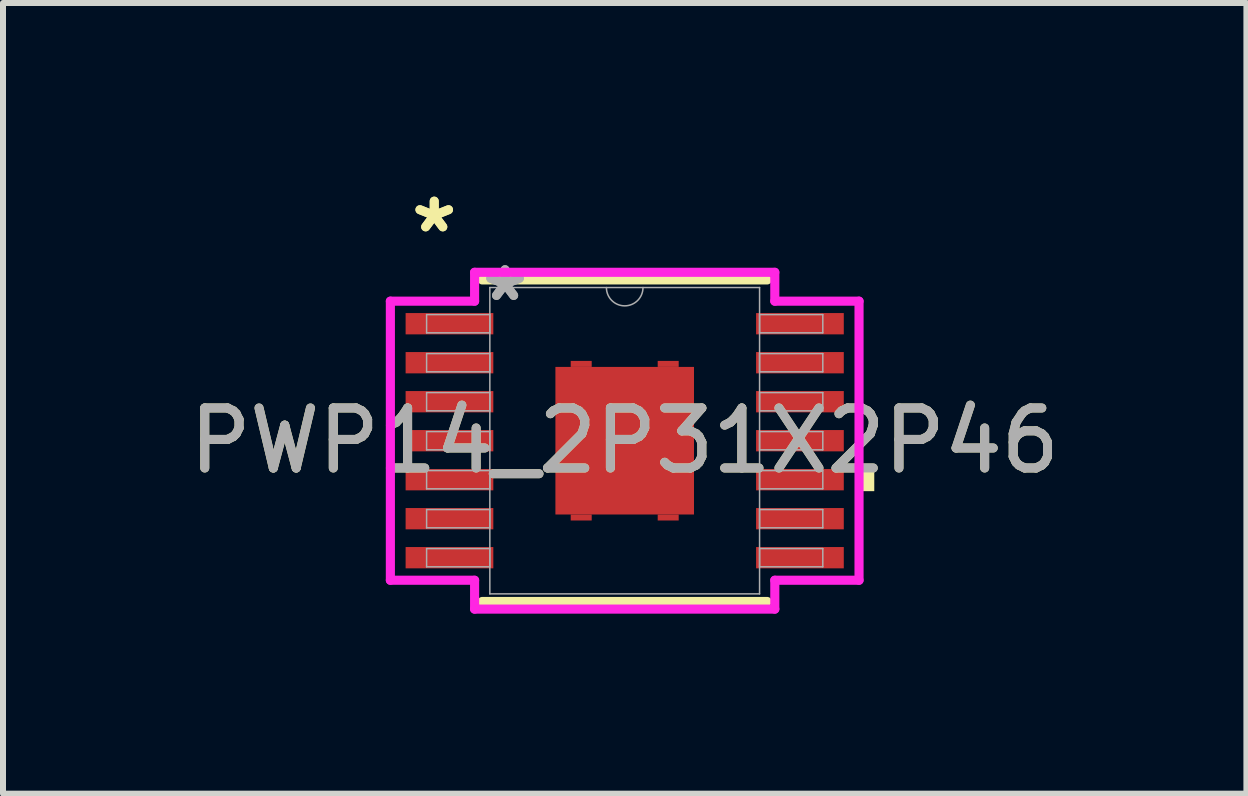
<source format=kicad_pcb>
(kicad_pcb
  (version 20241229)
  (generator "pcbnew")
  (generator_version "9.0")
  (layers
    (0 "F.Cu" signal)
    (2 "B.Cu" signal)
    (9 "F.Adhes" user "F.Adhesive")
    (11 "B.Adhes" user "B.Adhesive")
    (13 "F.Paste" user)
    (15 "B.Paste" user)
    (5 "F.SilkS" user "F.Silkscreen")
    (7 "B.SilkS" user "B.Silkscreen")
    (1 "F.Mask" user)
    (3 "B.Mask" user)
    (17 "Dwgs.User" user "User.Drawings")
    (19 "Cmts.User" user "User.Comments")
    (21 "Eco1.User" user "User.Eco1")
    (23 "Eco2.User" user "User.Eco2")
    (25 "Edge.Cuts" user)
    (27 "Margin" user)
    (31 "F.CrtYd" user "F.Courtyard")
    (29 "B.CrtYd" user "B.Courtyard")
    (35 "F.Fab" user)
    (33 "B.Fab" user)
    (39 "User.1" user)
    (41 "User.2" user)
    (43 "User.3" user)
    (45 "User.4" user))
  (footprint "PWP14_2P31X2P46"
    (layer "F.Cu")
    (at 7.363 4.296)
    (property "Reference" "PWP14_2P31X2P46" (at 0 0 0) (unlocked yes) (layer "F.SilkS") (effects (font (size 1 1) (thickness 0.15))))
    (attr smd)
    (fp_poly (pts (xy -0.55 -1.23) (xy -0.55 -1.33) (xy -0.9 -1.33) (xy -0.9 -1.23)) (stroke (width 0) (type solid)) (fill yes) (layer "F.Cu"))
    (fp_poly (pts (xy -0.55 1.23) (xy -0.55 1.33) (xy -0.9 1.33) (xy -0.9 1.23)) (stroke (width 0) (type solid)) (fill yes) (layer "F.Cu"))
    (fp_poly (pts (xy 0.55 -1.23) (xy 0.55 -1.33) (xy 0.9 -1.33) (xy 0.9 -1.23)) (stroke (width 0) (type solid)) (fill yes) (layer "F.Cu"))
    (fp_poly (pts (xy 0.55 1.23) (xy 0.55 1.33) (xy 0.9 1.33) (xy 0.9 1.23)) (stroke (width 0) (type solid)) (fill yes) (layer "F.Cu"))
    (fp_poly (pts (xy -0.55 -1.23) (xy -0.55 -1.33) (xy -0.9 -1.33) (xy -0.9 -1.23)) (stroke (width 0) (type solid)) (fill yes) (layer "F.Mask"))
    (fp_poly (pts (xy -0.55 1.23) (xy -0.55 1.33) (xy -0.9 1.33) (xy -0.9 1.23)) (stroke (width 0) (type solid)) (fill yes) (layer "F.Mask"))
    (fp_poly (pts (xy 0.55 -1.23) (xy 0.55 -1.33) (xy 0.9 -1.33) (xy 0.9 -1.23)) (stroke (width 0) (type solid)) (fill yes) (layer "F.Mask"))
    (fp_poly (pts (xy 0.55 1.23) (xy 0.55 1.33) (xy 0.9 1.33) (xy 0.9 1.23)) (stroke (width 0) (type solid)) (fill yes) (layer "F.Mask"))
    (fp_line (start -2.375 2.68) (end 2.375 2.68) (stroke (width 0.152) (type solid)) (layer "F.SilkS"))
    (fp_line (start 2.375 -2.68) (end -2.375 -2.68) (stroke (width 0.152) (type solid)) (layer "F.SilkS"))
    (fp_poly (pts (xy 4.16 0.46) (xy 4.16 0.841) (xy 3.906 0.841) (xy 3.906 0.46)) (stroke (width 0) (type solid)) (fill yes) (layer "F.SilkS"))
    (fp_line (start -3.906 -2.326) (end -2.502 -2.326) (stroke (width 0.152) (type solid)) (layer "F.CrtYd"))
    (fp_line (start -3.906 2.326) (end -3.906 -2.326) (stroke (width 0.152) (type solid)) (layer "F.CrtYd"))
    (fp_line (start -3.906 2.326) (end -2.502 2.326) (stroke (width 0.152) (type solid)) (layer "F.CrtYd"))
    (fp_line (start -2.502 -2.807) (end 2.502 -2.807) (stroke (width 0.152) (type solid)) (layer "F.CrtYd"))
    (fp_line (start -2.502 -2.326) (end -2.502 -2.807) (stroke (width 0.152) (type solid)) (layer "F.CrtYd"))
    (fp_line (start -2.502 2.807) (end -2.502 2.326) (stroke (width 0.152) (type solid)) (layer "F.CrtYd"))
    (fp_line (start 2.502 -2.807) (end 2.502 -2.326) (stroke (width 0.152) (type solid)) (layer "F.CrtYd"))
    (fp_line (start 2.502 2.326) (end 2.502 2.807) (stroke (width 0.152) (type solid)) (layer "F.CrtYd"))
    (fp_line (start 2.502 2.807) (end -2.502 2.807) (stroke (width 0.152) (type solid)) (layer "F.CrtYd"))
    (fp_line (start 3.906 -2.326) (end 2.502 -2.326) (stroke (width 0.152) (type solid)) (layer "F.CrtYd"))
    (fp_line (start 3.906 -2.326) (end 3.906 2.326) (stroke (width 0.152) (type solid)) (layer "F.CrtYd"))
    (fp_line (start 3.906 2.326) (end 2.502 2.326) (stroke (width 0.152) (type solid)) (layer "F.CrtYd"))
    (fp_line (start -3.302 -2.102) (end -3.302 -1.798) (stroke (width 0.025) (type solid)) (layer "F.Fab"))
    (fp_line (start -3.302 -1.798) (end -2.248 -1.798) (stroke (width 0.025) (type solid)) (layer "F.Fab"))
    (fp_line (start -3.302 -1.452) (end -3.302 -1.148) (stroke (width 0.025) (type solid)) (layer "F.Fab"))
    (fp_line (start -3.302 -1.148) (end -2.248 -1.148) (stroke (width 0.025) (type solid)) (layer "F.Fab"))
    (fp_line (start -3.302 -0.802) (end -3.302 -0.498) (stroke (width 0.025) (type solid)) (layer "F.Fab"))
    (fp_line (start -3.302 -0.498) (end -2.248 -0.498) (stroke (width 0.025) (type solid)) (layer "F.Fab"))
    (fp_line (start -3.302 -0.152) (end -3.302 0.152) (stroke (width 0.025) (type solid)) (layer "F.Fab"))
    (fp_line (start -3.302 0.152) (end -2.248 0.152) (stroke (width 0.025) (type solid)) (layer "F.Fab"))
    (fp_line (start -3.302 0.498) (end -3.302 0.802) (stroke (width 0.025) (type solid)) (layer "F.Fab"))
    (fp_line (start -3.302 0.802) (end -2.248 0.802) (stroke (width 0.025) (type solid)) (layer "F.Fab"))
    (fp_line (start -3.302 1.148) (end -3.302 1.452) (stroke (width 0.025) (type solid)) (layer "F.Fab"))
    (fp_line (start -3.302 1.452) (end -2.248 1.452) (stroke (width 0.025) (type solid)) (layer "F.Fab"))
    (fp_line (start -3.302 1.798) (end -3.302 2.102) (stroke (width 0.025) (type solid)) (layer "F.Fab"))
    (fp_line (start -3.302 2.102) (end -2.248 2.102) (stroke (width 0.025) (type solid)) (layer "F.Fab"))
    (fp_line (start -2.248 -2.553) (end -2.248 2.553) (stroke (width 0.025) (type solid)) (layer "F.Fab"))
    (fp_line (start -2.248 -2.102) (end -3.302 -2.102) (stroke (width 0.025) (type solid)) (layer "F.Fab"))
    (fp_line (start -2.248 -1.798) (end -2.248 -2.102) (stroke (width 0.025) (type solid)) (layer "F.Fab"))
    (fp_line (start -2.248 -1.452) (end -3.302 -1.452) (stroke (width 0.025) (type solid)) (layer "F.Fab"))
    (fp_line (start -2.248 -1.148) (end -2.248 -1.452) (stroke (width 0.025) (type solid)) (layer "F.Fab"))
    (fp_line (start -2.248 -0.802) (end -3.302 -0.802) (stroke (width 0.025) (type solid)) (layer "F.Fab"))
    (fp_line (start -2.248 -0.498) (end -2.248 -0.802) (stroke (width 0.025) (type solid)) (layer "F.Fab"))
    (fp_line (start -2.248 -0.152) (end -3.302 -0.152) (stroke (width 0.025) (type solid)) (layer "F.Fab"))
    (fp_line (start -2.248 0.152) (end -2.248 -0.152) (stroke (width 0.025) (type solid)) (layer "F.Fab"))
    (fp_line (start -2.248 0.498) (end -3.302 0.498) (stroke (width 0.025) (type solid)) (layer "F.Fab"))
    (fp_line (start -2.248 0.802) (end -2.248 0.498) (stroke (width 0.025) (type solid)) (layer "F.Fab"))
    (fp_line (start -2.248 1.148) (end -3.302 1.148) (stroke (width 0.025) (type solid)) (layer "F.Fab"))
    (fp_line (start -2.248 1.452) (end -2.248 1.148) (stroke (width 0.025) (type solid)) (layer "F.Fab"))
    (fp_line (start -2.248 1.798) (end -3.302 1.798) (stroke (width 0.025) (type solid)) (layer "F.Fab"))
    (fp_line (start -2.248 2.102) (end -2.248 1.798) (stroke (width 0.025) (type solid)) (layer "F.Fab"))
    (fp_line (start -2.248 2.553) (end 2.248 2.553) (stroke (width 0.025) (type solid)) (layer "F.Fab"))
    (fp_line (start 2.248 -2.553) (end -2.248 -2.553) (stroke (width 0.025) (type solid)) (layer "F.Fab"))
    (fp_line (start 2.248 -2.102) (end 2.248 -1.798) (stroke (width 0.025) (type solid)) (layer "F.Fab"))
    (fp_line (start 2.248 -1.798) (end 3.302 -1.798) (stroke (width 0.025) (type solid)) (layer "F.Fab"))
    (fp_line (start 2.248 -1.452) (end 2.248 -1.148) (stroke (width 0.025) (type solid)) (layer "F.Fab"))
    (fp_line (start 2.248 -1.148) (end 3.302 -1.148) (stroke (width 0.025) (type solid)) (layer "F.Fab"))
    (fp_line (start 2.248 -0.802) (end 2.248 -0.498) (stroke (width 0.025) (type solid)) (layer "F.Fab"))
    (fp_line (start 2.248 -0.498) (end 3.302 -0.498) (stroke (width 0.025) (type solid)) (layer "F.Fab"))
    (fp_line (start 2.248 -0.152) (end 2.248 0.152) (stroke (width 0.025) (type solid)) (layer "F.Fab"))
    (fp_line (start 2.248 0.152) (end 3.302 0.152) (stroke (width 0.025) (type solid)) (layer "F.Fab"))
    (fp_line (start 2.248 0.498) (end 2.248 0.802) (stroke (width 0.025) (type solid)) (layer "F.Fab"))
    (fp_line (start 2.248 0.802) (end 3.302 0.802) (stroke (width 0.025) (type solid)) (layer "F.Fab"))
    (fp_line (start 2.248 1.148) (end 2.248 1.452) (stroke (width 0.025) (type solid)) (layer "F.Fab"))
    (fp_line (start 2.248 1.452) (end 3.302 1.452) (stroke (width 0.025) (type solid)) (layer "F.Fab"))
    (fp_line (start 2.248 1.798) (end 2.248 2.102) (stroke (width 0.025) (type solid)) (layer "F.Fab"))
    (fp_line (start 2.248 2.102) (end 3.302 2.102) (stroke (width 0.025) (type solid)) (layer "F.Fab"))
    (fp_line (start 2.248 2.553) (end 2.248 -2.553) (stroke (width 0.025) (type solid)) (layer "F.Fab"))
    (fp_line (start 3.302 -2.102) (end 2.248 -2.102) (stroke (width 0.025) (type solid)) (layer "F.Fab"))
    (fp_line (start 3.302 -1.798) (end 3.302 -2.102) (stroke (width 0.025) (type solid)) (layer "F.Fab"))
    (fp_line (start 3.302 -1.452) (end 2.248 -1.452) (stroke (width 0.025) (type solid)) (layer "F.Fab"))
    (fp_line (start 3.302 -1.148) (end 3.302 -1.452) (stroke (width 0.025) (type solid)) (layer "F.Fab"))
    (fp_line (start 3.302 -0.802) (end 2.248 -0.802) (stroke (width 0.025) (type solid)) (layer "F.Fab"))
    (fp_line (start 3.302 -0.498) (end 3.302 -0.802) (stroke (width 0.025) (type solid)) (layer "F.Fab"))
    (fp_line (start 3.302 -0.152) (end 2.248 -0.152) (stroke (width 0.025) (type solid)) (layer "F.Fab"))
    (fp_line (start 3.302 0.152) (end 3.302 -0.152) (stroke (width 0.025) (type solid)) (layer "F.Fab"))
    (fp_line (start 3.302 0.498) (end 2.248 0.498) (stroke (width 0.025) (type solid)) (layer "F.Fab"))
    (fp_line (start 3.302 0.802) (end 3.302 0.498) (stroke (width 0.025) (type solid)) (layer "F.Fab"))
    (fp_line (start 3.302 1.148) (end 2.248 1.148) (stroke (width 0.025) (type solid)) (layer "F.Fab"))
    (fp_line (start 3.302 1.452) (end 3.302 1.148) (stroke (width 0.025) (type solid)) (layer "F.Fab"))
    (fp_line (start 3.302 1.798) (end 2.248 1.798) (stroke (width 0.025) (type solid)) (layer "F.Fab"))
    (fp_line (start 3.302 2.102) (end 3.302 1.798) (stroke (width 0.025) (type solid)) (layer "F.Fab"))
    (fp_arc (start 0.3048 -2.5527) (mid 0 -2.2479) (end -0.3048 -2.5527) (stroke (width 0.0254) (type solid)) (layer "F.Fab"))
    (fp_text user "*" (at -3.175 -3.448 0) (layer "F.SilkS") (effects (font (size 1 1) (thickness 0.15))))
    (fp_text user "*" (at -3.175 -3.448 0) (unlocked yes) (layer "F.SilkS") (effects (font (size 1 1) (thickness 0.15))))
    (fp_text user "${REFERENCE}" (at 0 0 0) (unlocked yes) (layer "F.Fab") (effects (font (size 1 1) (thickness 0.15))))
    (fp_text user "*" (at -1.994 -2.305 0) (layer "F.Fab") (effects (font (size 1 1) (thickness 0.15))))
    (fp_text user "*" (at -1.994 -2.305 0) (unlocked yes) (layer "F.Fab") (effects (font (size 1 1) (thickness 0.15))))
    (pad "1" smd rect (at -2.921 -1.95) (size 1.462 0.355) (layers "F.Cu" "F.Mask" "F.Paste"))
    (pad "2" smd rect (at -2.921 -1.3) (size 1.462 0.355) (layers "F.Cu" "F.Mask" "F.Paste"))
    (pad "3" smd rect (at -2.921 -0.65) (size 1.462 0.355) (layers "F.Cu" "F.Mask" "F.Paste"))
    (pad "4" smd rect (at -2.921 0) (size 1.462 0.355) (layers "F.Cu" "F.Mask" "F.Paste"))
    (pad "5" smd rect (at -2.921 0.65) (size 1.462 0.355) (layers "F.Cu" "F.Mask" "F.Paste"))
    (pad "6" smd rect (at -2.921 1.3) (size 1.462 0.355) (layers "F.Cu" "F.Mask" "F.Paste"))
    (pad "7" smd rect (at -2.921 1.95) (size 1.462 0.355) (layers "F.Cu" "F.Mask" "F.Paste"))
    (pad "8" smd rect (at 2.921 1.95) (size 1.462 0.355) (layers "F.Cu" "F.Mask" "F.Paste"))
    (pad "9" smd rect (at 2.921 1.3) (size 1.462 0.355) (layers "F.Cu" "F.Mask" "F.Paste"))
    (pad "10" smd rect (at 2.921 0.65) (size 1.462 0.355) (layers "F.Cu" "F.Mask" "F.Paste"))
    (pad "11" smd rect (at 2.921 0) (size 1.462 0.355) (layers "F.Cu" "F.Mask" "F.Paste"))
    (pad "12" smd rect (at 2.921 -0.65) (size 1.462 0.355) (layers "F.Cu" "F.Mask" "F.Paste"))
    (pad "13" smd rect (at 2.921 -1.3) (size 1.462 0.355) (layers "F.Cu" "F.Mask" "F.Paste"))
    (pad "14" smd rect (at 2.921 -1.95) (size 1.462 0.355) (layers "F.Cu" "F.Mask" "F.Paste"))
    (pad "15" smd rect (at 0 0) (size 2.31 2.46) (layers "F.Cu" "F.Mask" "F.Paste")))
  (gr_rect
    (start -3 -3)
    (end 17.726 10.179)
    (stroke (width 0.1) (type default))
    (fill no)
    (layer "Edge.Cuts")))
</source>
